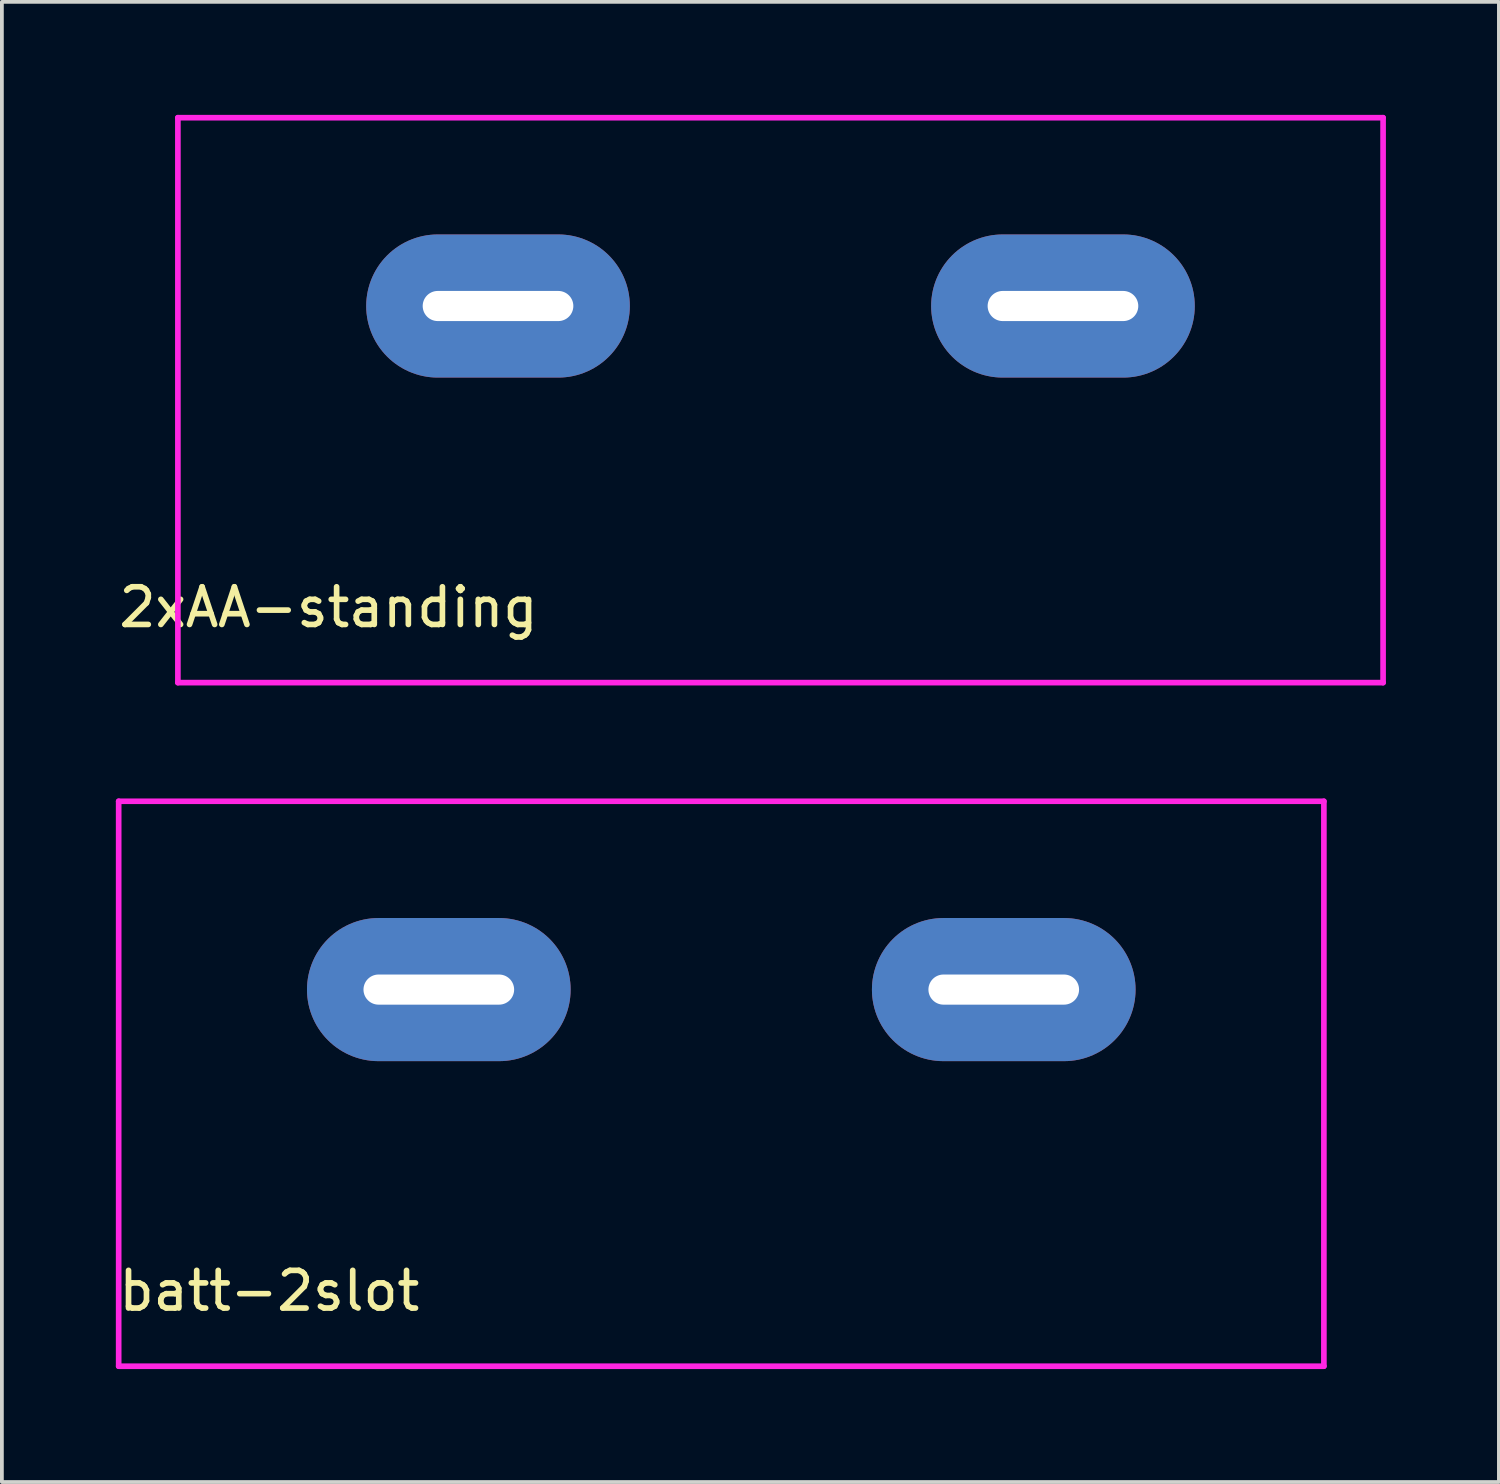
<source format=kicad_pcb>
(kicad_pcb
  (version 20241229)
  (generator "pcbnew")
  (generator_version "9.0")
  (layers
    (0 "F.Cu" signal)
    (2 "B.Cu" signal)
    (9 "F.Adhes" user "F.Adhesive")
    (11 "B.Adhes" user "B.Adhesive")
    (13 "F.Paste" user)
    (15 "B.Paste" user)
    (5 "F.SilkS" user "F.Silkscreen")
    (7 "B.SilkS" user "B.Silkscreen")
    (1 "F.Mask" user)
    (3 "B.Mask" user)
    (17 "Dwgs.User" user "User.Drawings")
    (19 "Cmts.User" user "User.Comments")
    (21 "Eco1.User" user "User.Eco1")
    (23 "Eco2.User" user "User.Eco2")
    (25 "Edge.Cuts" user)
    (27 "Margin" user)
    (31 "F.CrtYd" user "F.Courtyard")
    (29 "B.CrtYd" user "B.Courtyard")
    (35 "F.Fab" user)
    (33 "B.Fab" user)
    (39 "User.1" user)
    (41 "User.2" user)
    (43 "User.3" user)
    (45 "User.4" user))
  (footprint "batt-2slot"
    (layer "F.Cu")
    (at 16.101 23.225)
    (property "Reference" "batt-2slot" (at -12 8 0) (layer "F.SilkS") (effects (font (size 1 1) (thickness 0.15))))
    (attr through_hole)
    (fp_line (start -16 -5) (end 16 -5) (stroke (width 0.15) (type solid)) (layer "F.CrtYd"))
    (fp_line (start -16 10) (end -16 -5) (stroke (width 0.15) (type solid)) (layer "F.CrtYd"))
    (fp_line (start 16 -5) (end 16 10) (stroke (width 0.15) (type solid)) (layer "F.CrtYd"))
    (fp_line (start 16 10) (end -16 10) (stroke (width 0.15) (type solid)) (layer "F.CrtYd"))
    (pad "+" thru_hole oval (at 7.5 0) (size 7 3.8) (drill oval 4 0.8) (layers "*.Cu" "*.Mask"))
    (pad "-" thru_hole oval (at -7.5 0) (size 7 3.8) (drill oval 4 0.8) (layers "*.Cu" "*.Mask")))
  (footprint "2xAA-standing"
    (layer "F.Cu")
    (at 17.673 5.075)
    (property "Reference" "2xAA-standing" (at -12 8 0) (layer "F.SilkS") (effects (font (size 1 1) (thickness 0.15))))
    (attr through_hole)
    (fp_line (start -16 -5) (end 16 -5) (stroke (width 0.15) (type solid)) (layer "F.CrtYd"))
    (fp_line (start -16 10) (end -16 -5) (stroke (width 0.15) (type solid)) (layer "F.CrtYd"))
    (fp_line (start 16 -5) (end 16 10) (stroke (width 0.15) (type solid)) (layer "F.CrtYd"))
    (fp_line (start 16 10) (end -16 10) (stroke (width 0.15) (type solid)) (layer "F.CrtYd"))
    (pad "+" thru_hole oval (at 7.5 0) (size 7 3.8) (drill oval 4 0.8) (layers "*.Cu" "*.Mask"))
    (pad "-" thru_hole oval (at -7.5 0) (size 7 3.8) (drill oval 4 0.8) (layers "*.Cu" "*.Mask")))
  (gr_rect
    (start -3 -3)
    (end 36.748 36.3)
    (stroke (width 0.1) (type default))
    (fill no)
    (layer "Edge.Cuts")))
</source>
